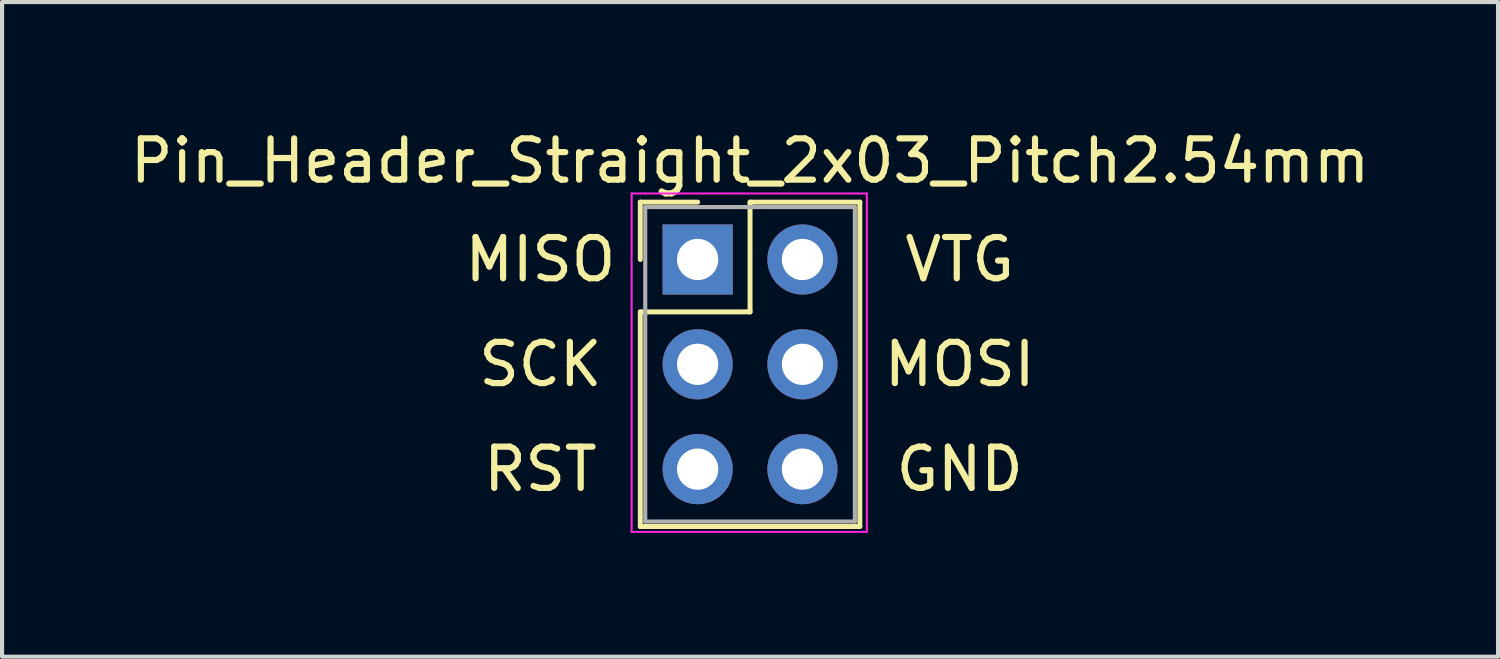
<source format=kicad_pcb>
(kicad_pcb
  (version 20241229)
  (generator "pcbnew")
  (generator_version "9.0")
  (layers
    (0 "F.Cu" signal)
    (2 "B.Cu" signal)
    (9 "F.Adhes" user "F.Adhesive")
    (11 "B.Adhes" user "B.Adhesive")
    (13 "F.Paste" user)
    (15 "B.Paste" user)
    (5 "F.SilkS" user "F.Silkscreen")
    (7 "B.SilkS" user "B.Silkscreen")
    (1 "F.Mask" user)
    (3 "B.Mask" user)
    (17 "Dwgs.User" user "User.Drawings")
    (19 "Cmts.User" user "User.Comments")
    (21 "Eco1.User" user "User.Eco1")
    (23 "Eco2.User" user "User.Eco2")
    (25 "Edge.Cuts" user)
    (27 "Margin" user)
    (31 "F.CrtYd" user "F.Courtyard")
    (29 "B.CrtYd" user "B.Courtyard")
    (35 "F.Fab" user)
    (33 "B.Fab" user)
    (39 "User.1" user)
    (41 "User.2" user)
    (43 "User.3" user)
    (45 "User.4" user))
  (footprint "Pin_Header_Straight_2x03_Pitch2.54mm"
    (layer "F.Cu")
    (at 13.855 3.238)
    (property "Reference" "Pin_Header_Straight_2x03_Pitch2.54mm" (at 1.27 -2.39 0) (layer "F.SilkS") (effects (font (size 1 1) (thickness 0.15))))
    (attr through_hole)
    (fp_line (start -1.39 -1.39) (end 0 -1.39) (stroke (width 0.12) (type solid)) (layer "F.SilkS"))
    (fp_line (start -1.39 0) (end -1.39 -1.39) (stroke (width 0.12) (type solid)) (layer "F.SilkS"))
    (fp_line (start -1.39 1.27) (end -1.39 6.47) (stroke (width 0.12) (type solid)) (layer "F.SilkS"))
    (fp_line (start -1.39 6.47) (end 3.93 6.47) (stroke (width 0.12) (type solid)) (layer "F.SilkS"))
    (fp_line (start 1.27 -1.39) (end 1.27 1.27) (stroke (width 0.12) (type solid)) (layer "F.SilkS"))
    (fp_line (start 1.27 1.27) (end -1.39 1.27) (stroke (width 0.12) (type solid)) (layer "F.SilkS"))
    (fp_line (start 3.93 -1.39) (end 1.27 -1.39) (stroke (width 0.12) (type solid)) (layer "F.SilkS"))
    (fp_line (start 3.93 6.47) (end 3.93 -1.39) (stroke (width 0.12) (type solid)) (layer "F.SilkS"))
    (fp_line (start -1.6 -1.6) (end -1.6 6.6) (stroke (width 0.05) (type solid)) (layer "F.CrtYd"))
    (fp_line (start -1.6 6.6) (end 4.1 6.6) (stroke (width 0.05) (type solid)) (layer "F.CrtYd"))
    (fp_line (start 4.1 -1.6) (end -1.6 -1.6) (stroke (width 0.05) (type solid)) (layer "F.CrtYd"))
    (fp_line (start 4.1 6.6) (end 4.1 -1.6) (stroke (width 0.05) (type solid)) (layer "F.CrtYd"))
    (fp_line (start -1.27 -1.27) (end -1.27 6.35) (stroke (width 0.1) (type solid)) (layer "F.Fab"))
    (fp_line (start -1.27 6.35) (end 3.81 6.35) (stroke (width 0.1) (type solid)) (layer "F.Fab"))
    (fp_line (start 3.81 -1.27) (end -1.27 -1.27) (stroke (width 0.1) (type solid)) (layer "F.Fab"))
    (fp_line (start 3.81 6.35) (end 3.81 -1.27) (stroke (width 0.1) (type solid)) (layer "F.Fab"))
    (fp_text user "MOSI" (at 6.35 2.54 0) (layer "F.SilkS") (effects (font (size 1 1) (thickness 0.15))))
    (fp_text user "VTG" (at 6.35 0 0) (layer "F.SilkS") (effects (font (size 1 1) (thickness 0.15))))
    (fp_text user "RST" (at -3.81 5.08 0) (layer "F.SilkS") (effects (font (size 1 1) (thickness 0.15))))
    (fp_text user "SCK" (at -3.81 2.54 0) (layer "F.SilkS") (effects (font (size 1 1) (thickness 0.15))))
    (fp_text user "MISO" (at -3.81 0 0) (layer "F.SilkS") (effects (font (size 1 1) (thickness 0.15))))
    (fp_text user "GND" (at 6.35 5.08 0) (layer "F.SilkS") (effects (font (size 1 1) (thickness 0.15))))
    (pad "1" thru_hole rect (at 0 0) (size 1.7 1.7) (drill 1) (layers "*.Cu" "*.Mask"))
    (pad "2" thru_hole oval (at 0 2.54) (size 1.7 1.7) (drill 1) (layers "*.Cu" "*.Mask"))
    (pad "3" thru_hole oval (at 0 5.08) (size 1.7 1.7) (drill 1) (layers "*.Cu" "*.Mask"))
    (pad "4" thru_hole oval (at 2.54 0) (size 1.7 1.7) (drill 1) (layers "*.Cu" "*.Mask"))
    (pad "5" thru_hole oval (at 2.54 2.54) (size 1.7 1.7) (drill 1) (layers "*.Cu" "*.Mask"))
    (pad "6" thru_hole oval (at 2.54 5.08) (size 1.7 1.7) (drill 1) (layers "*.Cu" "*.Mask")))
  (gr_rect
    (start -3 -3)
    (end 33.25 12.863)
    (stroke (width 0.1) (type default))
    (fill no)
    (layer "Edge.Cuts")))
</source>
